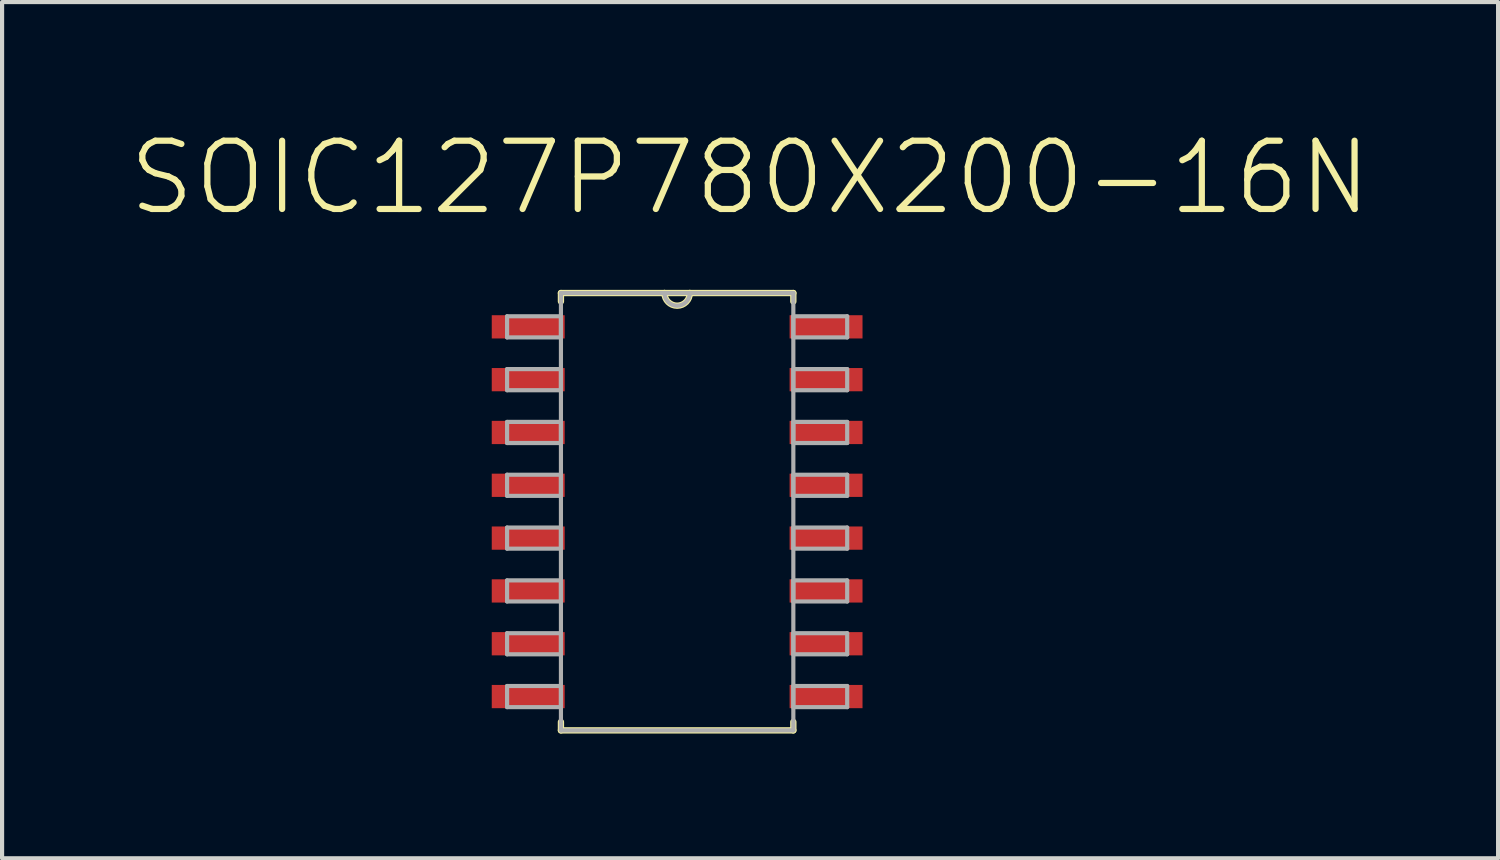
<source format=kicad_pcb>
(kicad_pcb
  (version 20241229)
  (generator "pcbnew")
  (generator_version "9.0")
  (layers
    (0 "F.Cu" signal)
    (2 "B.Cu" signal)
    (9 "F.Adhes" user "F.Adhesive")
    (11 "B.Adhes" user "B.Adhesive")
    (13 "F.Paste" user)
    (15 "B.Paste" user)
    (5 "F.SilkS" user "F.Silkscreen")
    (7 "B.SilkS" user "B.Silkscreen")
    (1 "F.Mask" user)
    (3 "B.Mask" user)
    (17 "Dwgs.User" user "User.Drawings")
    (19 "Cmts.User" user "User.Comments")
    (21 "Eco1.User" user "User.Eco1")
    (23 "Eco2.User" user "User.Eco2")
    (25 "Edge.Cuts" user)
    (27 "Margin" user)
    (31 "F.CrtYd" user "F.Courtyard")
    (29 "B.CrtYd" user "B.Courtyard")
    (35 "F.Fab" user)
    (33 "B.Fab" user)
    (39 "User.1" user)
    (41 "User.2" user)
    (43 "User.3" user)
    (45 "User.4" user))
  (footprint "SOIC127P780X200-16N"
    (layer "F.Cu")
    (at 13.232 9.254)
    (property "Reference" "SOIC127P780X200-16N" (at 1.754 -8.031 0) (layer "F.SilkS") (effects (font (size 1.641 1.641) (thickness 0.15))))
    (attr smd)
    (fp_line (start -2.794 -5.258) (end -2.794 -5.055) (stroke (width 0.152) (type solid)) (layer "F.SilkS"))
    (fp_line (start -2.794 5.055) (end -2.794 5.258) (stroke (width 0.152) (type solid)) (layer "F.SilkS"))
    (fp_line (start -2.794 5.258) (end 2.794 5.258) (stroke (width 0.152) (type solid)) (layer "F.SilkS"))
    (fp_line (start -0.305 -5.258) (end -2.794 -5.258) (stroke (width 0.152) (type solid)) (layer "F.SilkS"))
    (fp_line (start 0.305 -5.258) (end -0.305 -5.258) (stroke (width 0.152) (type solid)) (layer "F.SilkS"))
    (fp_line (start 2.794 -5.258) (end 0.305 -5.258) (stroke (width 0.152) (type solid)) (layer "F.SilkS"))
    (fp_line (start 2.794 -5.055) (end 2.794 -5.258) (stroke (width 0.152) (type solid)) (layer "F.SilkS"))
    (fp_line (start 2.794 5.258) (end 2.794 5.055) (stroke (width 0.152) (type solid)) (layer "F.SilkS"))
    (fp_arc (start 0.3048 -5.2578) (mid 0 -4.953) (end -0.3048 -5.2578) (stroke (width 0.1524) (type solid)) (layer "F.SilkS"))
    (fp_line (start -4.089 -4.699) (end -4.089 -4.191) (stroke (width 0.1) (type solid)) (layer "F.Fab"))
    (fp_line (start -4.089 -4.191) (end -2.794 -4.191) (stroke (width 0.1) (type solid)) (layer "F.Fab"))
    (fp_line (start -4.089 -3.429) (end -4.089 -2.921) (stroke (width 0.1) (type solid)) (layer "F.Fab"))
    (fp_line (start -4.089 -2.921) (end -2.794 -2.921) (stroke (width 0.1) (type solid)) (layer "F.Fab"))
    (fp_line (start -4.089 -2.159) (end -4.089 -1.651) (stroke (width 0.1) (type solid)) (layer "F.Fab"))
    (fp_line (start -4.089 -1.651) (end -2.794 -1.651) (stroke (width 0.1) (type solid)) (layer "F.Fab"))
    (fp_line (start -4.089 -0.889) (end -4.089 -0.381) (stroke (width 0.1) (type solid)) (layer "F.Fab"))
    (fp_line (start -4.089 -0.381) (end -2.794 -0.381) (stroke (width 0.1) (type solid)) (layer "F.Fab"))
    (fp_line (start -4.089 0.381) (end -4.089 0.889) (stroke (width 0.1) (type solid)) (layer "F.Fab"))
    (fp_line (start -4.089 0.889) (end -2.794 0.889) (stroke (width 0.1) (type solid)) (layer "F.Fab"))
    (fp_line (start -4.089 1.651) (end -4.089 2.159) (stroke (width 0.1) (type solid)) (layer "F.Fab"))
    (fp_line (start -4.089 2.159) (end -2.794 2.159) (stroke (width 0.1) (type solid)) (layer "F.Fab"))
    (fp_line (start -4.089 2.921) (end -4.089 3.429) (stroke (width 0.1) (type solid)) (layer "F.Fab"))
    (fp_line (start -4.089 3.429) (end -2.794 3.429) (stroke (width 0.1) (type solid)) (layer "F.Fab"))
    (fp_line (start -4.089 4.191) (end -4.089 4.699) (stroke (width 0.1) (type solid)) (layer "F.Fab"))
    (fp_line (start -4.089 4.699) (end -2.794 4.699) (stroke (width 0.1) (type solid)) (layer "F.Fab"))
    (fp_line (start -2.794 -5.258) (end -2.794 5.258) (stroke (width 0.1) (type solid)) (layer "F.Fab"))
    (fp_line (start -2.794 -4.699) (end -4.089 -4.699) (stroke (width 0.1) (type solid)) (layer "F.Fab"))
    (fp_line (start -2.794 -4.191) (end -2.794 -4.699) (stroke (width 0.1) (type solid)) (layer "F.Fab"))
    (fp_line (start -2.794 -3.429) (end -4.089 -3.429) (stroke (width 0.1) (type solid)) (layer "F.Fab"))
    (fp_line (start -2.794 -2.921) (end -2.794 -3.429) (stroke (width 0.1) (type solid)) (layer "F.Fab"))
    (fp_line (start -2.794 -2.159) (end -4.089 -2.159) (stroke (width 0.1) (type solid)) (layer "F.Fab"))
    (fp_line (start -2.794 -1.651) (end -2.794 -2.159) (stroke (width 0.1) (type solid)) (layer "F.Fab"))
    (fp_line (start -2.794 -0.889) (end -4.089 -0.889) (stroke (width 0.1) (type solid)) (layer "F.Fab"))
    (fp_line (start -2.794 -0.381) (end -2.794 -0.889) (stroke (width 0.1) (type solid)) (layer "F.Fab"))
    (fp_line (start -2.794 0.381) (end -4.089 0.381) (stroke (width 0.1) (type solid)) (layer "F.Fab"))
    (fp_line (start -2.794 0.889) (end -2.794 0.381) (stroke (width 0.1) (type solid)) (layer "F.Fab"))
    (fp_line (start -2.794 1.651) (end -4.089 1.651) (stroke (width 0.1) (type solid)) (layer "F.Fab"))
    (fp_line (start -2.794 2.159) (end -2.794 1.651) (stroke (width 0.1) (type solid)) (layer "F.Fab"))
    (fp_line (start -2.794 2.921) (end -4.089 2.921) (stroke (width 0.1) (type solid)) (layer "F.Fab"))
    (fp_line (start -2.794 3.429) (end -2.794 2.921) (stroke (width 0.1) (type solid)) (layer "F.Fab"))
    (fp_line (start -2.794 4.191) (end -4.089 4.191) (stroke (width 0.1) (type solid)) (layer "F.Fab"))
    (fp_line (start -2.794 4.699) (end -2.794 4.191) (stroke (width 0.1) (type solid)) (layer "F.Fab"))
    (fp_line (start -2.794 5.258) (end 2.794 5.258) (stroke (width 0.1) (type solid)) (layer "F.Fab"))
    (fp_line (start -0.305 -5.258) (end -2.794 -5.258) (stroke (width 0.1) (type solid)) (layer "F.Fab"))
    (fp_line (start 0.305 -5.258) (end -0.305 -5.258) (stroke (width 0.1) (type solid)) (layer "F.Fab"))
    (fp_line (start 2.794 -5.258) (end 0.305 -5.258) (stroke (width 0.1) (type solid)) (layer "F.Fab"))
    (fp_line (start 2.794 -4.699) (end 2.794 -4.191) (stroke (width 0.1) (type solid)) (layer "F.Fab"))
    (fp_line (start 2.794 -4.191) (end 4.089 -4.191) (stroke (width 0.1) (type solid)) (layer "F.Fab"))
    (fp_line (start 2.794 -3.429) (end 2.794 -2.921) (stroke (width 0.1) (type solid)) (layer "F.Fab"))
    (fp_line (start 2.794 -2.921) (end 4.089 -2.921) (stroke (width 0.1) (type solid)) (layer "F.Fab"))
    (fp_line (start 2.794 -2.159) (end 2.794 -1.651) (stroke (width 0.1) (type solid)) (layer "F.Fab"))
    (fp_line (start 2.794 -1.651) (end 4.089 -1.651) (stroke (width 0.1) (type solid)) (layer "F.Fab"))
    (fp_line (start 2.794 -0.889) (end 2.794 -0.381) (stroke (width 0.1) (type solid)) (layer "F.Fab"))
    (fp_line (start 2.794 -0.381) (end 4.089 -0.381) (stroke (width 0.1) (type solid)) (layer "F.Fab"))
    (fp_line (start 2.794 0.381) (end 2.794 0.889) (stroke (width 0.1) (type solid)) (layer "F.Fab"))
    (fp_line (start 2.794 0.889) (end 4.089 0.889) (stroke (width 0.1) (type solid)) (layer "F.Fab"))
    (fp_line (start 2.794 1.651) (end 2.794 2.159) (stroke (width 0.1) (type solid)) (layer "F.Fab"))
    (fp_line (start 2.794 2.159) (end 4.089 2.159) (stroke (width 0.1) (type solid)) (layer "F.Fab"))
    (fp_line (start 2.794 2.921) (end 2.794 3.429) (stroke (width 0.1) (type solid)) (layer "F.Fab"))
    (fp_line (start 2.794 3.429) (end 4.089 3.429) (stroke (width 0.1) (type solid)) (layer "F.Fab"))
    (fp_line (start 2.794 4.191) (end 2.794 4.699) (stroke (width 0.1) (type solid)) (layer "F.Fab"))
    (fp_line (start 2.794 4.699) (end 4.089 4.699) (stroke (width 0.1) (type solid)) (layer "F.Fab"))
    (fp_line (start 2.794 5.258) (end 2.794 -5.258) (stroke (width 0.1) (type solid)) (layer "F.Fab"))
    (fp_line (start 4.089 -4.699) (end 2.794 -4.699) (stroke (width 0.1) (type solid)) (layer "F.Fab"))
    (fp_line (start 4.089 -4.191) (end 4.089 -4.699) (stroke (width 0.1) (type solid)) (layer "F.Fab"))
    (fp_line (start 4.089 -3.429) (end 2.794 -3.429) (stroke (width 0.1) (type solid)) (layer "F.Fab"))
    (fp_line (start 4.089 -2.921) (end 4.089 -3.429) (stroke (width 0.1) (type solid)) (layer "F.Fab"))
    (fp_line (start 4.089 -2.159) (end 2.794 -2.159) (stroke (width 0.1) (type solid)) (layer "F.Fab"))
    (fp_line (start 4.089 -1.651) (end 4.089 -2.159) (stroke (width 0.1) (type solid)) (layer "F.Fab"))
    (fp_line (start 4.089 -0.889) (end 2.794 -0.889) (stroke (width 0.1) (type solid)) (layer "F.Fab"))
    (fp_line (start 4.089 -0.381) (end 4.089 -0.889) (stroke (width 0.1) (type solid)) (layer "F.Fab"))
    (fp_line (start 4.089 0.381) (end 2.794 0.381) (stroke (width 0.1) (type solid)) (layer "F.Fab"))
    (fp_line (start 4.089 0.889) (end 4.089 0.381) (stroke (width 0.1) (type solid)) (layer "F.Fab"))
    (fp_line (start 4.089 1.651) (end 2.794 1.651) (stroke (width 0.1) (type solid)) (layer "F.Fab"))
    (fp_line (start 4.089 2.159) (end 4.089 1.651) (stroke (width 0.1) (type solid)) (layer "F.Fab"))
    (fp_line (start 4.089 2.921) (end 2.794 2.921) (stroke (width 0.1) (type solid)) (layer "F.Fab"))
    (fp_line (start 4.089 3.429) (end 4.089 2.921) (stroke (width 0.1) (type solid)) (layer "F.Fab"))
    (fp_line (start 4.089 4.191) (end 2.794 4.191) (stroke (width 0.1) (type solid)) (layer "F.Fab"))
    (fp_line (start 4.089 4.699) (end 4.089 4.191) (stroke (width 0.1) (type solid)) (layer "F.Fab"))
    (fp_arc (start 0.3048 -5.2578) (mid 0 -4.953) (end -0.3048 -5.2578) (stroke (width 0.1) (type solid)) (layer "F.Fab"))
    (pad "1" smd rect (at -3.581 -4.445) (size 1.753 0.559) (layers "F.Cu" "F.Mask" "F.Paste"))
    (pad "2" smd rect (at -3.581 -3.175) (size 1.753 0.559) (layers "F.Cu" "F.Mask" "F.Paste"))
    (pad "3" smd rect (at -3.581 -1.905) (size 1.753 0.559) (layers "F.Cu" "F.Mask" "F.Paste"))
    (pad "4" smd rect (at -3.581 -0.635) (size 1.753 0.559) (layers "F.Cu" "F.Mask" "F.Paste"))
    (pad "5" smd rect (at -3.581 0.635) (size 1.753 0.559) (layers "F.Cu" "F.Mask" "F.Paste"))
    (pad "6" smd rect (at -3.581 1.905) (size 1.753 0.559) (layers "F.Cu" "F.Mask" "F.Paste"))
    (pad "7" smd rect (at -3.581 3.175) (size 1.753 0.559) (layers "F.Cu" "F.Mask" "F.Paste"))
    (pad "8" smd rect (at -3.581 4.445) (size 1.753 0.559) (layers "F.Cu" "F.Mask" "F.Paste"))
    (pad "9" smd rect (at 3.581 4.445) (size 1.753 0.559) (layers "F.Cu" "F.Mask" "F.Paste"))
    (pad "10" smd rect (at 3.581 3.175) (size 1.753 0.559) (layers "F.Cu" "F.Mask" "F.Paste"))
    (pad "11" smd rect (at 3.581 1.905) (size 1.753 0.559) (layers "F.Cu" "F.Mask" "F.Paste"))
    (pad "12" smd rect (at 3.581 0.635) (size 1.753 0.559) (layers "F.Cu" "F.Mask" "F.Paste"))
    (pad "13" smd rect (at 3.581 -0.635) (size 1.753 0.559) (layers "F.Cu" "F.Mask" "F.Paste"))
    (pad "14" smd rect (at 3.581 -1.905) (size 1.753 0.559) (layers "F.Cu" "F.Mask" "F.Paste"))
    (pad "15" smd rect (at 3.581 -3.175) (size 1.753 0.559) (layers "F.Cu" "F.Mask" "F.Paste"))
    (pad "16" smd rect (at 3.581 -4.445) (size 1.753 0.559) (layers "F.Cu" "F.Mask" "F.Paste")))
  (gr_rect
    (start -3 -3)
    (end 32.972 17.588)
    (stroke (width 0.1) (type default))
    (fill no)
    (layer "Edge.Cuts")))
</source>
